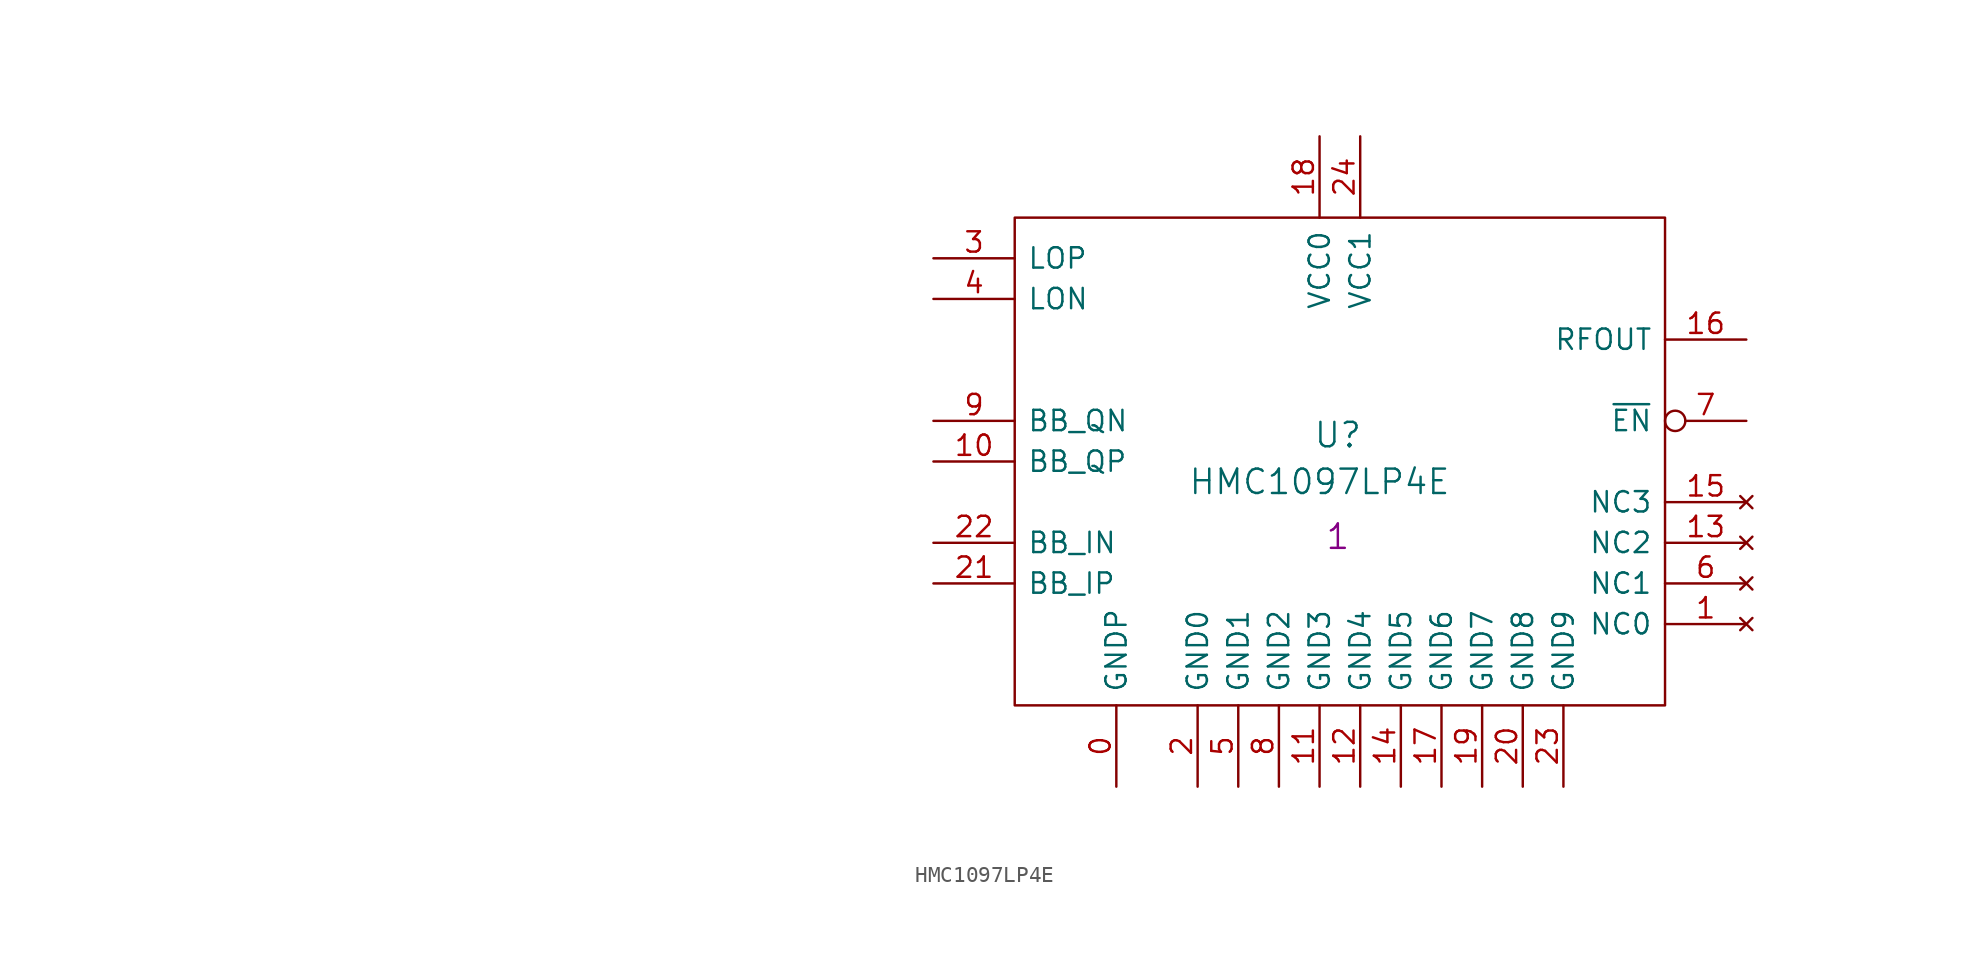
<source format=kicad_sym>
(kicad_symbol_lib
  (version 20211014)
  (generator kicad_symbol_editor)
  (symbol "HMC1097LP4E"
    (pin_names
      (offset 0.762))
    (property "Reference" "U"
      (at 25.273 -11.049 0)
      (effects (font (size 1.524 1.524))))
    (property "Value" "HMC1097LP4E"
      (at 24.13 -13.97 0)
      (effects (font (size 1.524 1.524))))
    (property "Datasheet" ""
      (at -44.45 -1.27 0)
      (effects (font (size 1.524 1.524))))
    (property "Qty" "1"
      (at 25.273 -17.399 0)
      (effects (font (size 1.524 1.524))))
    (symbol "HMC1097LP4E_0_1"
      (rectangle (start 5.08 2.54) (end 45.72 -27.94) (stroke (width 0) (type default) (color 0 0 0 0)) (fill (type none))))
    (symbol "HMC1097LP4E_1_1"
      (pin power_in line (at 11.43 -33.02 90) (length 5.08) (name "GNDP" (effects (font (size 1.27 1.27)))) (number "0" (effects (font (size 1.27 1.27)))))
      (pin no_connect line (at 50.8 -22.86 180) (length 5.08) (name "NC0" (effects (font (size 1.27 1.27)))) (number "1" (effects (font (size 1.27 1.27)))))
      (pin input line (at 0 -12.7 0) (length 5.08) (name "BB_QP" (effects (font (size 1.27 1.27)))) (number "10" (effects (font (size 1.27 1.27)))))
      (pin power_in line (at 24.13 -33.02 90) (length 5.08) (name "GND3" (effects (font (size 1.27 1.27)))) (number "11" (effects (font (size 1.27 1.27)))))
      (pin power_in line (at 26.67 -33.02 90) (length 5.08) (name "GND4" (effects (font (size 1.27 1.27)))) (number "12" (effects (font (size 1.27 1.27)))))
      (pin no_connect line (at 50.8 -17.78 180) (length 5.08) (name "NC2" (effects (font (size 1.27 1.27)))) (number "13" (effects (font (size 1.27 1.27)))))
      (pin power_in line (at 29.21 -33.02 90) (length 5.08) (name "GND5" (effects (font (size 1.27 1.27)))) (number "14" (effects (font (size 1.27 1.27)))))
      (pin no_connect line (at 50.8 -15.24 180) (length 5.08) (name "NC3" (effects (font (size 1.27 1.27)))) (number "15" (effects (font (size 1.27 1.27)))))
      (pin output line (at 50.8 -5.08 180) (length 5.08) (name "RFOUT" (effects (font (size 1.27 1.27)))) (number "16" (effects (font (size 1.27 1.27)))))
      (pin power_in line (at 31.75 -33.02 90) (length 5.08) (name "GND6" (effects (font (size 1.27 1.27)))) (number "17" (effects (font (size 1.27 1.27)))))
      (pin power_in line (at 24.13 7.62 270) (length 5.08) (name "VCC0" (effects (font (size 1.27 1.27)))) (number "18" (effects (font (size 1.27 1.27)))))
      (pin power_in line (at 34.29 -33.02 90) (length 5.08) (name "GND7" (effects (font (size 1.27 1.27)))) (number "19" (effects (font (size 1.27 1.27)))))
      (pin power_in line (at 16.51 -33.02 90) (length 5.08) (name "GND0" (effects (font (size 1.27 1.27)))) (number "2" (effects (font (size 1.27 1.27)))))
      (pin power_in line (at 36.83 -33.02 90) (length 5.08) (name "GND8" (effects (font (size 1.27 1.27)))) (number "20" (effects (font (size 1.27 1.27)))))
      (pin input line (at 0 -20.32 0) (length 5.08) (name "BB_IP" (effects (font (size 1.27 1.27)))) (number "21" (effects (font (size 1.27 1.27)))))
      (pin input line (at 0 -17.78 0) (length 5.08) (name "BB_IN" (effects (font (size 1.27 1.27)))) (number "22" (effects (font (size 1.27 1.27)))))
      (pin power_in line (at 39.37 -33.02 90) (length 5.08) (name "GND9" (effects (font (size 1.27 1.27)))) (number "23" (effects (font (size 1.27 1.27)))))
      (pin power_in line (at 26.67 7.62 270) (length 5.08) (name "VCC1" (effects (font (size 1.27 1.27)))) (number "24" (effects (font (size 1.27 1.27)))))
      (pin input line (at 0 0 0) (length 5.08) (name "LOP" (effects (font (size 1.27 1.27)))) (number "3" (effects (font (size 1.27 1.27)))))
      (pin input line (at 0 -2.54 0) (length 5.08) (name "LON" (effects (font (size 1.27 1.27)))) (number "4" (effects (font (size 1.27 1.27)))))
      (pin power_in line (at 19.05 -33.02 90) (length 5.08) (name "GND1" (effects (font (size 1.27 1.27)))) (number "5" (effects (font (size 1.27 1.27)))))
      (pin no_connect line (at 50.8 -20.32 180) (length 5.08) (name "NC1" (effects (font (size 1.27 1.27)))) (number "6" (effects (font (size 1.27 1.27)))))
      (pin input inverted (at 50.8 -10.16 180) (length 5.08) (name "~{EN}" (effects (font (size 1.27 1.27)))) (number "7" (effects (font (size 1.27 1.27)))))
      (pin power_in line (at 21.59 -33.02 90) (length 5.08) (name "GND2" (effects (font (size 1.27 1.27)))) (number "8" (effects (font (size 1.27 1.27)))))
      (pin input line (at 0 -10.16 0) (length 5.08) (name "BB_QN" (effects (font (size 1.27 1.27)))) (number "9" (effects (font (size 1.27 1.27))))))))
</source>
